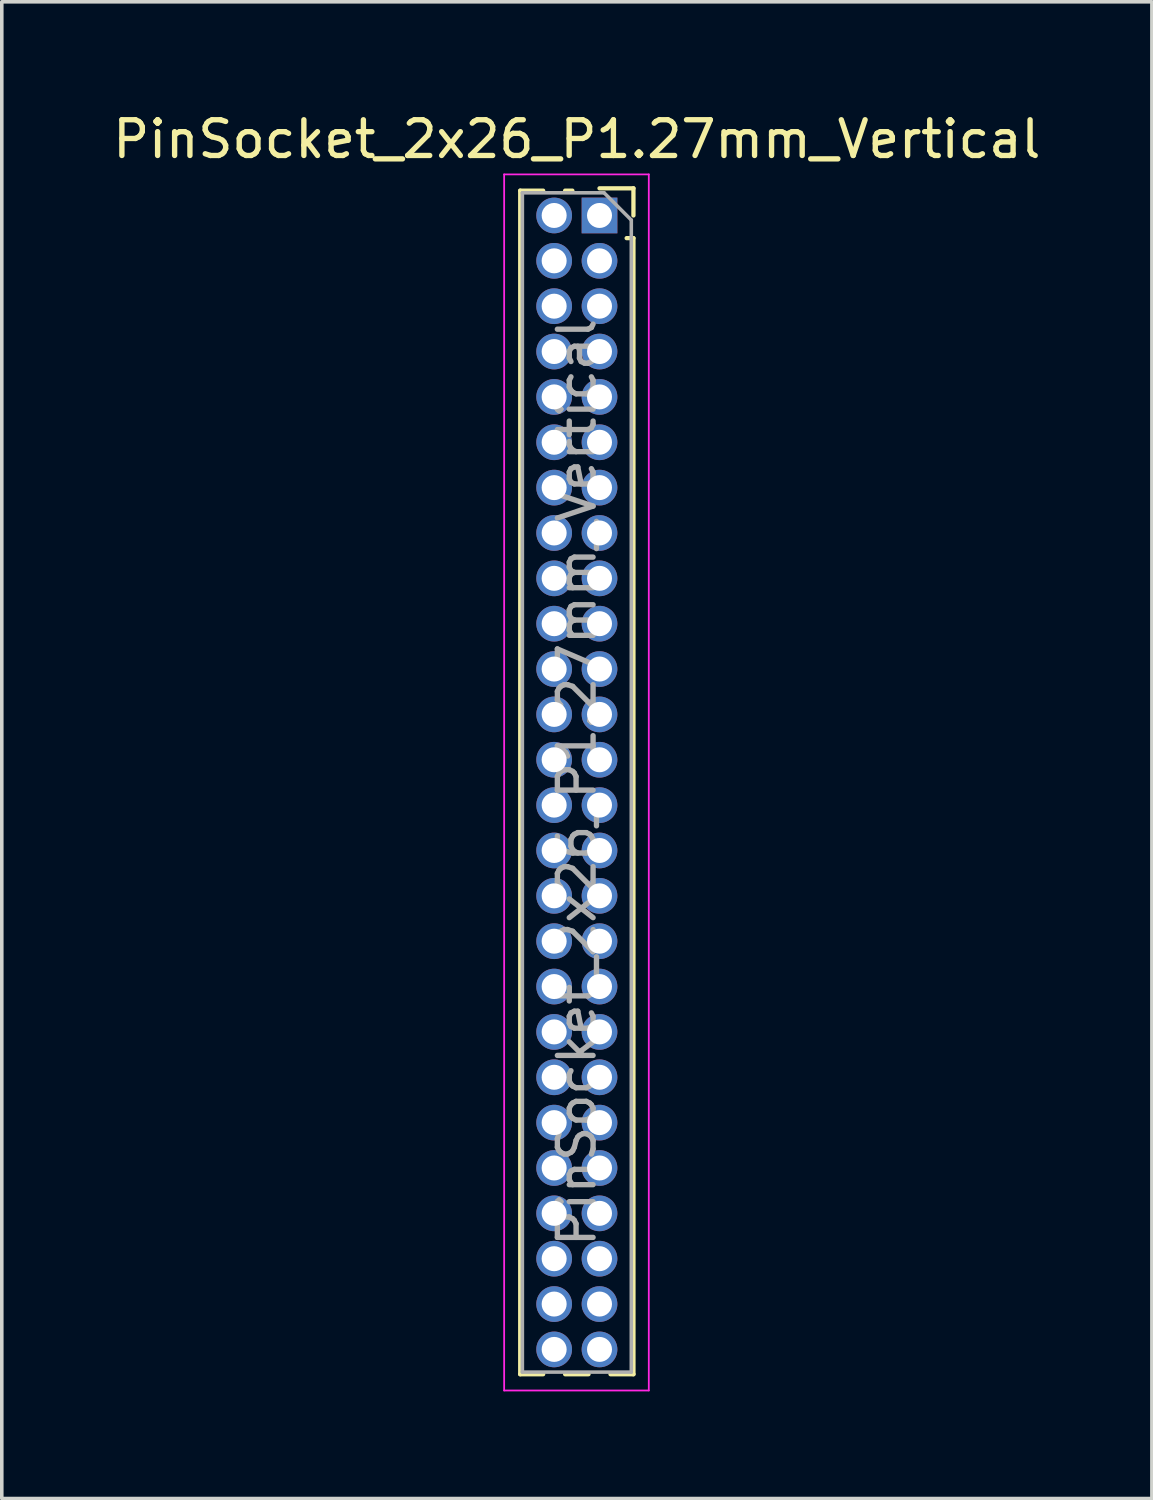
<source format=kicad_pcb>
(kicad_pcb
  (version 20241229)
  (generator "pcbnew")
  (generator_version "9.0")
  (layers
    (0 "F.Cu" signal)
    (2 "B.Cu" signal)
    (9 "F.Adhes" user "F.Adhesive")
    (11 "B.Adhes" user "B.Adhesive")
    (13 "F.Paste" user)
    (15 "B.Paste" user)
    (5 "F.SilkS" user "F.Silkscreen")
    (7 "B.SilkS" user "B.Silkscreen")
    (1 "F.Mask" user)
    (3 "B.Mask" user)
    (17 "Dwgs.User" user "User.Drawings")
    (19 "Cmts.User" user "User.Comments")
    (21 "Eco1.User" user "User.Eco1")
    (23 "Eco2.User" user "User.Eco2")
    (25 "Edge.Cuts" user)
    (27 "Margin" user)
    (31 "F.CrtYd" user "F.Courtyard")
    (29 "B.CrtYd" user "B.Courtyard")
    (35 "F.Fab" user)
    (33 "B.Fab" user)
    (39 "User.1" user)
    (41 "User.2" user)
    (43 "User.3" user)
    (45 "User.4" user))
  (footprint "PinSocket_2x26_P1.27mm_Vertical"
    (layer "F.Cu")
    (at 13.736 2.983)
    (property "Reference" "PinSocket_2x26_P1.27mm_Vertical" (at -0.635 -2.135 0) (layer "F.SilkS") (effects (font (size 1 1) (thickness 0.15))))
    (attr through_hole)
    (fp_line (start -2.22 -0.695) (end -2.22 32.445) (stroke (width 0.12) (type solid)) (layer "F.SilkS"))
    (fp_line (start -2.22 -0.695) (end -1.578 -0.695) (stroke (width 0.12) (type solid)) (layer "F.SilkS"))
    (fp_line (start -2.22 32.445) (end -1.578 32.445) (stroke (width 0.12) (type solid)) (layer "F.SilkS"))
    (fp_line (start -0.962 -0.695) (end -0.76 -0.695) (stroke (width 0.12) (type solid)) (layer "F.SilkS"))
    (fp_line (start -0.962 32.445) (end -0.308 32.445) (stroke (width 0.12) (type solid)) (layer "F.SilkS"))
    (fp_line (start 0 -0.76) (end 0.95 -0.76) (stroke (width 0.12) (type solid)) (layer "F.SilkS"))
    (fp_line (start 0.308 32.445) (end 0.95 32.445) (stroke (width 0.12) (type solid)) (layer "F.SilkS"))
    (fp_line (start 0.76 0.635) (end 0.95 0.635) (stroke (width 0.12) (type solid)) (layer "F.SilkS"))
    (fp_line (start 0.95 -0.76) (end 0.95 0) (stroke (width 0.12) (type solid)) (layer "F.SilkS"))
    (fp_line (start 0.95 0.635) (end 0.95 32.445) (stroke (width 0.12) (type solid)) (layer "F.SilkS"))
    (fp_line (start -2.67 -1.15) (end 1.38 -1.15) (stroke (width 0.05) (type solid)) (layer "F.CrtYd"))
    (fp_line (start -2.67 32.9) (end -2.67 -1.15) (stroke (width 0.05) (type solid)) (layer "F.CrtYd"))
    (fp_line (start 1.38 -1.15) (end 1.38 32.9) (stroke (width 0.05) (type solid)) (layer "F.CrtYd"))
    (fp_line (start 1.38 32.9) (end -2.67 32.9) (stroke (width 0.05) (type solid)) (layer "F.CrtYd"))
    (fp_line (start -2.16 -0.635) (end 0.128 -0.635) (stroke (width 0.1) (type solid)) (layer "F.Fab"))
    (fp_line (start -2.16 32.385) (end -2.16 -0.635) (stroke (width 0.1) (type solid)) (layer "F.Fab"))
    (fp_line (start 0.128 -0.635) (end 0.89 0.128) (stroke (width 0.1) (type solid)) (layer "F.Fab"))
    (fp_line (start 0.89 0.128) (end 0.89 32.385) (stroke (width 0.1) (type solid)) (layer "F.Fab"))
    (fp_line (start 0.89 32.385) (end -2.16 32.385) (stroke (width 0.1) (type solid)) (layer "F.Fab"))
    (fp_text user "${REFERENCE}" (at -0.635 15.875 90) (layer "F.Fab") (effects (font (size 1 1) (thickness 0.15))))
    (pad "1" thru_hole rect (at 0 0) (size 1 1) (drill 0.7) (layers "*.Cu" "*.Mask"))
    (pad "2" thru_hole oval (at -1.27 0) (size 1 1) (drill 0.7) (layers "*.Cu" "*.Mask"))
    (pad "3" thru_hole oval (at 0 1.27) (size 1 1) (drill 0.7) (layers "*.Cu" "*.Mask"))
    (pad "4" thru_hole oval (at -1.27 1.27) (size 1 1) (drill 0.7) (layers "*.Cu" "*.Mask"))
    (pad "5" thru_hole oval (at 0 2.54) (size 1 1) (drill 0.7) (layers "*.Cu" "*.Mask"))
    (pad "6" thru_hole oval (at -1.27 2.54) (size 1 1) (drill 0.7) (layers "*.Cu" "*.Mask"))
    (pad "7" thru_hole oval (at 0 3.81) (size 1 1) (drill 0.7) (layers "*.Cu" "*.Mask"))
    (pad "8" thru_hole oval (at -1.27 3.81) (size 1 1) (drill 0.7) (layers "*.Cu" "*.Mask"))
    (pad "9" thru_hole oval (at 0 5.08) (size 1 1) (drill 0.7) (layers "*.Cu" "*.Mask"))
    (pad "10" thru_hole oval (at -1.27 5.08) (size 1 1) (drill 0.7) (layers "*.Cu" "*.Mask"))
    (pad "11" thru_hole oval (at 0 6.35) (size 1 1) (drill 0.7) (layers "*.Cu" "*.Mask"))
    (pad "12" thru_hole oval (at -1.27 6.35) (size 1 1) (drill 0.7) (layers "*.Cu" "*.Mask"))
    (pad "13" thru_hole oval (at 0 7.62) (size 1 1) (drill 0.7) (layers "*.Cu" "*.Mask"))
    (pad "14" thru_hole oval (at -1.27 7.62) (size 1 1) (drill 0.7) (layers "*.Cu" "*.Mask"))
    (pad "15" thru_hole oval (at 0 8.89) (size 1 1) (drill 0.7) (layers "*.Cu" "*.Mask"))
    (pad "16" thru_hole oval (at -1.27 8.89) (size 1 1) (drill 0.7) (layers "*.Cu" "*.Mask"))
    (pad "17" thru_hole oval (at 0 10.16) (size 1 1) (drill 0.7) (layers "*.Cu" "*.Mask"))
    (pad "18" thru_hole oval (at -1.27 10.16) (size 1 1) (drill 0.7) (layers "*.Cu" "*.Mask"))
    (pad "19" thru_hole oval (at 0 11.43) (size 1 1) (drill 0.7) (layers "*.Cu" "*.Mask"))
    (pad "20" thru_hole oval (at -1.27 11.43) (size 1 1) (drill 0.7) (layers "*.Cu" "*.Mask"))
    (pad "21" thru_hole oval (at 0 12.7) (size 1 1) (drill 0.7) (layers "*.Cu" "*.Mask"))
    (pad "22" thru_hole oval (at -1.27 12.7) (size 1 1) (drill 0.7) (layers "*.Cu" "*.Mask"))
    (pad "23" thru_hole oval (at 0 13.97) (size 1 1) (drill 0.7) (layers "*.Cu" "*.Mask"))
    (pad "24" thru_hole oval (at -1.27 13.97) (size 1 1) (drill 0.7) (layers "*.Cu" "*.Mask"))
    (pad "25" thru_hole oval (at 0 15.24) (size 1 1) (drill 0.7) (layers "*.Cu" "*.Mask"))
    (pad "26" thru_hole oval (at -1.27 15.24) (size 1 1) (drill 0.7) (layers "*.Cu" "*.Mask"))
    (pad "27" thru_hole oval (at 0 16.51) (size 1 1) (drill 0.7) (layers "*.Cu" "*.Mask"))
    (pad "28" thru_hole oval (at -1.27 16.51) (size 1 1) (drill 0.7) (layers "*.Cu" "*.Mask"))
    (pad "29" thru_hole oval (at 0 17.78) (size 1 1) (drill 0.7) (layers "*.Cu" "*.Mask"))
    (pad "30" thru_hole oval (at -1.27 17.78) (size 1 1) (drill 0.7) (layers "*.Cu" "*.Mask"))
    (pad "31" thru_hole oval (at 0 19.05) (size 1 1) (drill 0.7) (layers "*.Cu" "*.Mask"))
    (pad "32" thru_hole oval (at -1.27 19.05) (size 1 1) (drill 0.7) (layers "*.Cu" "*.Mask"))
    (pad "33" thru_hole oval (at 0 20.32) (size 1 1) (drill 0.7) (layers "*.Cu" "*.Mask"))
    (pad "34" thru_hole oval (at -1.27 20.32) (size 1 1) (drill 0.7) (layers "*.Cu" "*.Mask"))
    (pad "35" thru_hole oval (at 0 21.59) (size 1 1) (drill 0.7) (layers "*.Cu" "*.Mask"))
    (pad "36" thru_hole oval (at -1.27 21.59) (size 1 1) (drill 0.7) (layers "*.Cu" "*.Mask"))
    (pad "37" thru_hole oval (at 0 22.86) (size 1 1) (drill 0.7) (layers "*.Cu" "*.Mask"))
    (pad "38" thru_hole oval (at -1.27 22.86) (size 1 1) (drill 0.7) (layers "*.Cu" "*.Mask"))
    (pad "39" thru_hole oval (at 0 24.13) (size 1 1) (drill 0.7) (layers "*.Cu" "*.Mask"))
    (pad "40" thru_hole oval (at -1.27 24.13) (size 1 1) (drill 0.7) (layers "*.Cu" "*.Mask"))
    (pad "41" thru_hole oval (at 0 25.4) (size 1 1) (drill 0.7) (layers "*.Cu" "*.Mask"))
    (pad "42" thru_hole oval (at -1.27 25.4) (size 1 1) (drill 0.7) (layers "*.Cu" "*.Mask"))
    (pad "43" thru_hole oval (at 0 26.67) (size 1 1) (drill 0.7) (layers "*.Cu" "*.Mask"))
    (pad "44" thru_hole oval (at -1.27 26.67) (size 1 1) (drill 0.7) (layers "*.Cu" "*.Mask"))
    (pad "45" thru_hole oval (at 0 27.94) (size 1 1) (drill 0.7) (layers "*.Cu" "*.Mask"))
    (pad "46" thru_hole oval (at -1.27 27.94) (size 1 1) (drill 0.7) (layers "*.Cu" "*.Mask"))
    (pad "47" thru_hole oval (at 0 29.21) (size 1 1) (drill 0.7) (layers "*.Cu" "*.Mask"))
    (pad "48" thru_hole oval (at -1.27 29.21) (size 1 1) (drill 0.7) (layers "*.Cu" "*.Mask"))
    (pad "49" thru_hole oval (at 0 30.48) (size 1 1) (drill 0.7) (layers "*.Cu" "*.Mask"))
    (pad "50" thru_hole oval (at -1.27 30.48) (size 1 1) (drill 0.7) (layers "*.Cu" "*.Mask"))
    (pad "51" thru_hole oval (at 0 31.75) (size 1 1) (drill 0.7) (layers "*.Cu" "*.Mask"))
    (pad "52" thru_hole oval (at -1.27 31.75) (size 1 1) (drill 0.7) (layers "*.Cu" "*.Mask")))
  (gr_rect
    (start -3 -3)
    (end 29.202 38.908)
    (stroke (width 0.1) (type default))
    (fill no)
    (layer "Edge.Cuts")))
</source>
